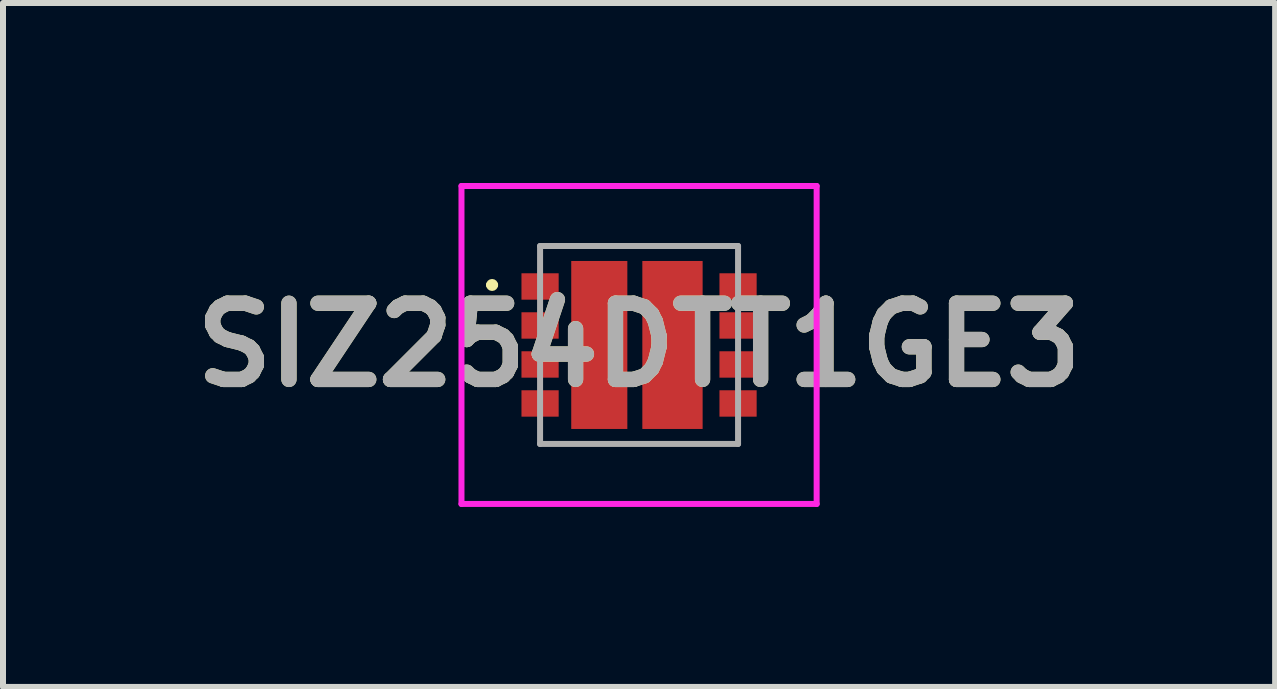
<source format=kicad_pcb>
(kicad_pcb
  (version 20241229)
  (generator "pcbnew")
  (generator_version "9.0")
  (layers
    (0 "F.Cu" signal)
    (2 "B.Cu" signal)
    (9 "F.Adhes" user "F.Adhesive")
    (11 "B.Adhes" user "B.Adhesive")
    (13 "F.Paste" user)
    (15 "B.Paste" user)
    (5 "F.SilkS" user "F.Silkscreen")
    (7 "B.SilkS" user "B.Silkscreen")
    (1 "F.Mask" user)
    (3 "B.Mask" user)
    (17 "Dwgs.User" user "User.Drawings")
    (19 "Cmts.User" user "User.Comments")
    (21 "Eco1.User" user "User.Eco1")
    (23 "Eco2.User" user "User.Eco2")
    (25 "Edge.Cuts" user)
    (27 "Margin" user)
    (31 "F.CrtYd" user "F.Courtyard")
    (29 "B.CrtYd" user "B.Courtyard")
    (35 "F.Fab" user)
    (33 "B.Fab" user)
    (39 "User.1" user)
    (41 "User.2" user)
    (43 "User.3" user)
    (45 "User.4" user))
  (footprint "SIZ254DTT1GE3"
    (layer "F.Cu")
    (at 7.602 2.7)
    (property "Reference" "SIZ254DTT1GE3" (at 0 0 0) (layer "F.SilkS") (effects (font (size 1.27 1.27) (thickness 0.254))))
    (attr smd)
    (fp_line (start -2.5 -1) (end -2.5 -1) (stroke (width 0.1) (type solid)) (layer "F.SilkS"))
    (fp_line (start -2.4 -1) (end -2.4 -1) (stroke (width 0.1) (type solid)) (layer "F.SilkS"))
    (fp_arc (start -2.5 -1) (mid -2.45 -1.05) (end -2.4 -1) (stroke (width 0.1) (type solid)) (layer "F.SilkS"))
    (fp_arc (start -2.4 -1) (mid -2.45 -0.95) (end -2.5 -1) (stroke (width 0.1) (type solid)) (layer "F.SilkS"))
    (fp_line (start -2.96 -2.65) (end 2.96 -2.65) (stroke (width 0.1) (type solid)) (layer "F.CrtYd"))
    (fp_line (start -2.96 2.65) (end -2.96 -2.65) (stroke (width 0.1) (type solid)) (layer "F.CrtYd"))
    (fp_line (start 2.96 -2.65) (end 2.96 2.65) (stroke (width 0.1) (type solid)) (layer "F.CrtYd"))
    (fp_line (start 2.96 2.65) (end -2.96 2.65) (stroke (width 0.1) (type solid)) (layer "F.CrtYd"))
    (fp_line (start -1.65 -1.65) (end 1.65 -1.65) (stroke (width 0.1) (type solid)) (layer "F.Fab"))
    (fp_line (start -1.65 1.65) (end -1.65 -1.65) (stroke (width 0.1) (type solid)) (layer "F.Fab"))
    (fp_line (start 1.65 -1.65) (end 1.65 1.65) (stroke (width 0.1) (type solid)) (layer "F.Fab"))
    (fp_line (start 1.65 1.65) (end -1.65 1.65) (stroke (width 0.1) (type solid)) (layer "F.Fab"))
    (fp_text user "${REFERENCE}" (at 0 0 0) (layer "F.Fab") (effects (font (size 1.27 1.27) (thickness 0.254))))
    (pad "1" smd rect (at -1.65 -0.975 90) (size 0.44 0.62) (layers "F.Cu" "F.Mask" "F.Paste"))
    (pad "2" smd rect (at -1.65 -0.325 90) (size 0.44 0.62) (layers "F.Cu" "F.Mask" "F.Paste"))
    (pad "3" smd rect (at -1.65 0.325 90) (size 0.44 0.62) (layers "F.Cu" "F.Mask" "F.Paste"))
    (pad "4" smd rect (at -1.65 0.975 90) (size 0.44 0.62) (layers "F.Cu" "F.Mask" "F.Paste"))
    (pad "5" smd rect (at 1.65 0.975 90) (size 0.44 0.62) (layers "F.Cu" "F.Mask" "F.Paste"))
    (pad "6" smd rect (at 1.65 0.325 90) (size 0.44 0.62) (layers "F.Cu" "F.Mask" "F.Paste"))
    (pad "7" smd rect (at 1.65 -0.325 90) (size 0.44 0.62) (layers "F.Cu" "F.Mask" "F.Paste"))
    (pad "8" smd rect (at 1.65 -0.975 90) (size 0.44 0.62) (layers "F.Cu" "F.Mask" "F.Paste"))
    (pad "9" smd rect (at -0.663 0) (size 0.935 2.8) (layers "F.Cu" "F.Mask" "F.Paste"))
    (pad "10" smd rect (at 0.557 0) (size 1.005 2.8) (layers "F.Cu" "F.Mask" "F.Paste")))
  (gr_rect
    (start -3 -3)
    (end 18.204 8.4)
    (stroke (width 0.1) (type default))
    (fill no)
    (layer "Edge.Cuts")))
</source>
